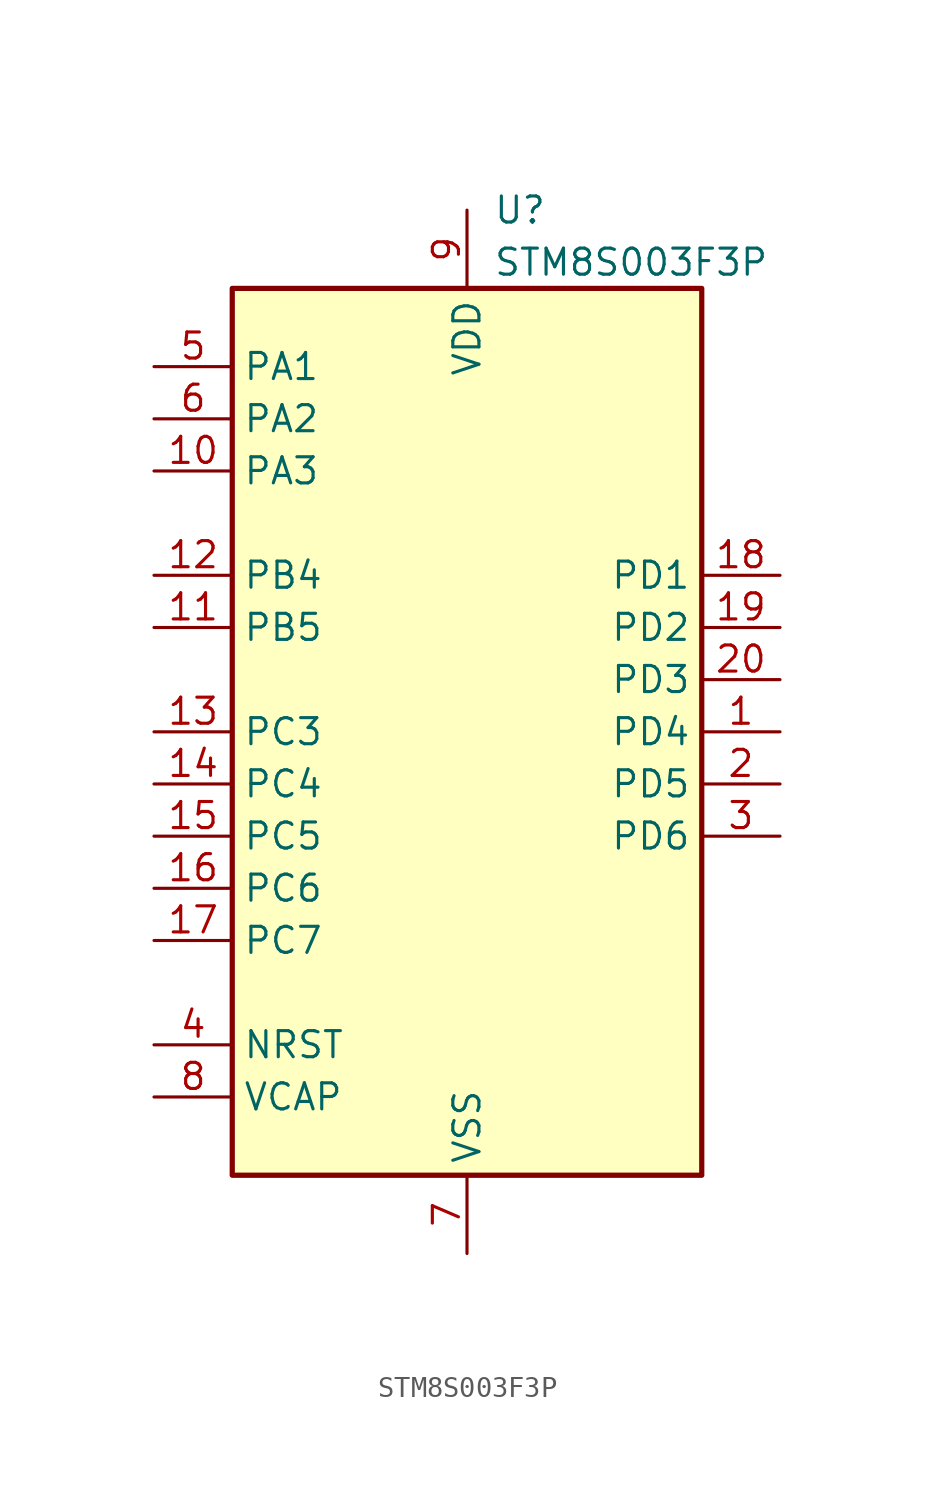
<source format=kicad_sym>
(kicad_symbol_lib
  (version 20231120)
  (generator "kicad_symbol_editor")
  (generator_version "8.0")
  (symbol "STM8S003F3P"
    (property "Reference" "U"
      (at 1.27 25.4 0)
      (effects (font (size 1.27 1.27)) (justify left)))
    (property "Value" "STM8S003F3P"
      (at 1.27 22.86 0)
      (effects (font (size 1.27 1.27)) (justify left)))
    (symbol "STM8S003F3P_0_1"
      (rectangle (start -11.43 21.59) (end 11.43 -21.59) (stroke (width 0.254) (type default)) (fill (type background))))
    (symbol "STM8S003F3P_1_1"
      (pin bidirectional line (at 15.24 0 180) (length 3.81) (name "PD4" (effects (font (size 1.27 1.27)))) (number "1" (effects (font (size 1.27 1.27)))))
      (pin bidirectional line (at -15.24 12.7 0) (length 3.81) (name "PA3" (effects (font (size 1.27 1.27)))) (number "10" (effects (font (size 1.27 1.27)))))
      (pin bidirectional line (at -15.24 5.08 0) (length 3.81) (name "PB5" (effects (font (size 1.27 1.27)))) (number "11" (effects (font (size 1.27 1.27)))))
      (pin bidirectional line (at -15.24 7.62 0) (length 3.81) (name "PB4" (effects (font (size 1.27 1.27)))) (number "12" (effects (font (size 1.27 1.27)))))
      (pin bidirectional line (at -15.24 0 0) (length 3.81) (name "PC3" (effects (font (size 1.27 1.27)))) (number "13" (effects (font (size 1.27 1.27)))))
      (pin bidirectional line (at -15.24 -2.54 0) (length 3.81) (name "PC4" (effects (font (size 1.27 1.27)))) (number "14" (effects (font (size 1.27 1.27)))))
      (pin bidirectional line (at -15.24 -5.08 0) (length 3.81) (name "PC5" (effects (font (size 1.27 1.27)))) (number "15" (effects (font (size 1.27 1.27)))))
      (pin bidirectional line (at -15.24 -7.62 0) (length 3.81) (name "PC6" (effects (font (size 1.27 1.27)))) (number "16" (effects (font (size 1.27 1.27)))))
      (pin bidirectional line (at -15.24 -10.16 0) (length 3.81) (name "PC7" (effects (font (size 1.27 1.27)))) (number "17" (effects (font (size 1.27 1.27)))))
      (pin bidirectional line (at 15.24 7.62 180) (length 3.81) (name "PD1" (effects (font (size 1.27 1.27)))) (number "18" (effects (font (size 1.27 1.27)))))
      (pin bidirectional line (at 15.24 5.08 180) (length 3.81) (name "PD2" (effects (font (size 1.27 1.27)))) (number "19" (effects (font (size 1.27 1.27)))))
      (pin bidirectional line (at 15.24 -2.54 180) (length 3.81) (name "PD5" (effects (font (size 1.27 1.27)))) (number "2" (effects (font (size 1.27 1.27)))))
      (pin bidirectional line (at 15.24 2.54 180) (length 3.81) (name "PD3" (effects (font (size 1.27 1.27)))) (number "20" (effects (font (size 1.27 1.27)))))
      (pin bidirectional line (at 15.24 -5.08 180) (length 3.81) (name "PD6" (effects (font (size 1.27 1.27)))) (number "3" (effects (font (size 1.27 1.27)))))
      (pin input line (at -15.24 -15.24 0) (length 3.81) (name "NRST" (effects (font (size 1.27 1.27)))) (number "4" (effects (font (size 1.27 1.27)))))
      (pin bidirectional line (at -15.24 17.78 0) (length 3.81) (name "PA1" (effects (font (size 1.27 1.27)))) (number "5" (effects (font (size 1.27 1.27)))))
      (pin bidirectional line (at -15.24 15.24 0) (length 3.81) (name "PA2" (effects (font (size 1.27 1.27)))) (number "6" (effects (font (size 1.27 1.27)))))
      (pin power_in line (at 0 -25.4 90) (length 3.81) (name "VSS" (effects (font (size 1.27 1.27)))) (number "7" (effects (font (size 1.27 1.27)))))
      (pin passive line (at -15.24 -17.78 0) (length 3.81) (name "VCAP" (effects (font (size 1.27 1.27)))) (number "8" (effects (font (size 1.27 1.27)))))
      (pin power_in line (at 0 25.4 270) (length 3.81) (name "VDD" (effects (font (size 1.27 1.27)))) (number "9" (effects (font (size 1.27 1.27))))))))
</source>
